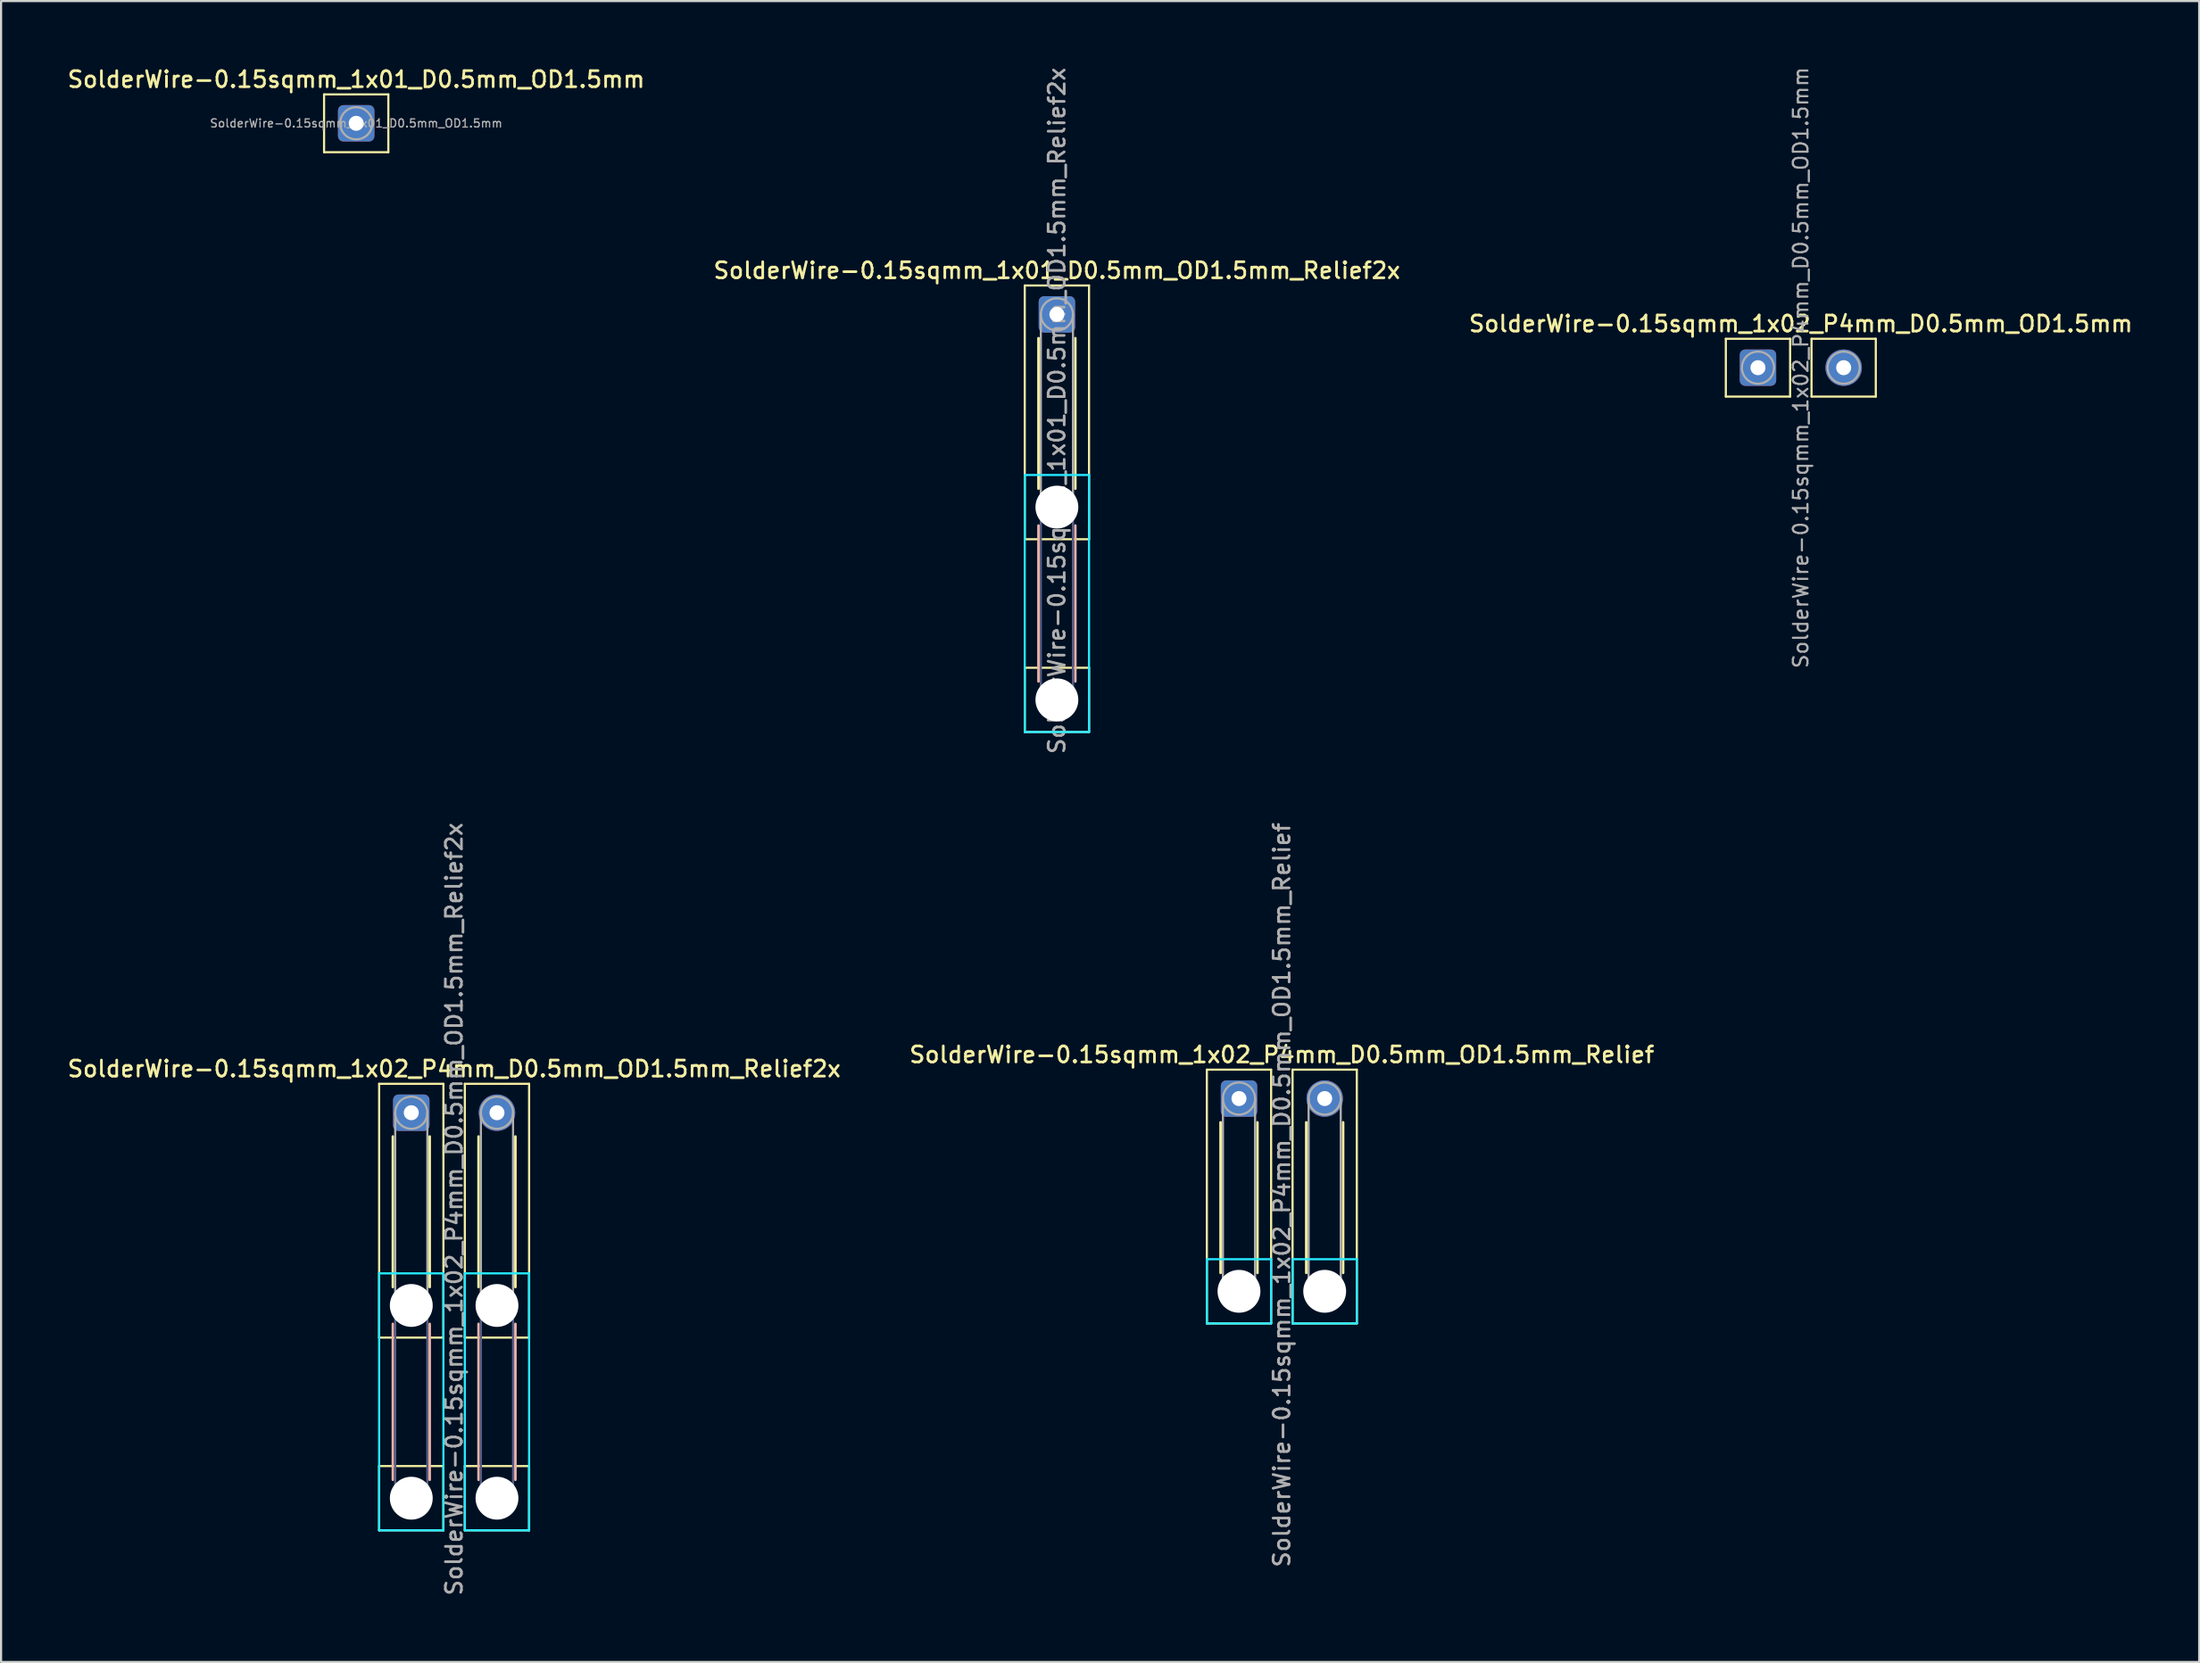
<source format=kicad_pcb>
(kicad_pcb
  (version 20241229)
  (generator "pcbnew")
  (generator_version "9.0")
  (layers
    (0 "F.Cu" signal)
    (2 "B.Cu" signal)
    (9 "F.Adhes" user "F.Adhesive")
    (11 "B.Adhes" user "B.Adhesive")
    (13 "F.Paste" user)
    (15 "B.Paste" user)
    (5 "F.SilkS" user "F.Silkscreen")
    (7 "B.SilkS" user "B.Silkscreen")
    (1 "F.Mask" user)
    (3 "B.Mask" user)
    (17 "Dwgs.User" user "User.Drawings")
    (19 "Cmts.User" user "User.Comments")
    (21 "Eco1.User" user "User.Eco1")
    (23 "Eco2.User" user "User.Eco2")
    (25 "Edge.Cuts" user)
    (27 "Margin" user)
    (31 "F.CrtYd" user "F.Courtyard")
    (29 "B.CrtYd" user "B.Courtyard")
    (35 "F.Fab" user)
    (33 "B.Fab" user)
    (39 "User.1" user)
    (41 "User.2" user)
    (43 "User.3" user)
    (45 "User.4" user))
  (footprint "SolderWire-0.15sqmm_1x01_D0.5mm_OD1.5mm"
    (layer "F.Cu")
    (at 13.577 2.708)
    (property "Reference" "SolderWire-0.15sqmm_1x01_D0.5mm_OD1.5mm" (at 0 -2.05 0) (layer "F.SilkS") (effects (font (size 0.75 0.75) (thickness 0.125))))
    (attr exclude_from_pos_files exclude_from_bom)
    (fp_line (start -1.5 -1.35) (end -1.5 1.35) (stroke (width 0.1) (type solid)) (layer "F.SilkS"))
    (fp_line (start -1.5 1.35) (end 1.5 1.35) (stroke (width 0.1) (type solid)) (layer "F.SilkS"))
    (fp_line (start 1.5 -1.35) (end -1.5 -1.35) (stroke (width 0.1) (type solid)) (layer "F.SilkS"))
    (fp_line (start 1.5 1.35) (end 1.5 -1.35) (stroke (width 0.1) (type solid)) (layer "F.SilkS"))
    (fp_circle (center 0 0) (end 0.75 0) (stroke (width 0.1) (type solid)) (fill no) (layer "F.Fab"))
    (fp_text user "${REFERENCE}" (at 0 0 0) (layer "F.Fab") (effects (font (size 0.38 0.38) (thickness 0.06))))
    (pad "1" thru_hole roundrect (at 0 0) (size 1.7 1.7) (drill 0.7) (layers "*.Cu" "*.Mask") (roundrect_rratio 0.147)))
  (footprint "SolderWire-0.15sqmm_1x02_P4mm_D0.5mm_OD1.5mm_Relief"
    (layer "F.Cu")
    (at 54.784 48.248)
    (property "Reference" "SolderWire-0.15sqmm_1x02_P4mm_D0.5mm_OD1.5mm_Relief" (at 2 -2.05 0) (layer "F.SilkS") (effects (font (size 0.75 0.75) (thickness 0.125))))
    (attr exclude_from_pos_files exclude_from_bom)
    (fp_line (start -1.5 -1.35) (end -1.5 10.5) (stroke (width 0.1) (type solid)) (layer "F.SilkS"))
    (fp_line (start -1.5 10.5) (end 1.5 10.5) (stroke (width 0.1) (type solid)) (layer "F.SilkS"))
    (fp_line (start -0.86 1.11) (end -0.86 8.14) (stroke (width 0.12) (type solid)) (layer "F.SilkS"))
    (fp_line (start 0.86 1.11) (end 0.86 8.14) (stroke (width 0.12) (type solid)) (layer "F.SilkS"))
    (fp_line (start 1.5 -1.35) (end -1.5 -1.35) (stroke (width 0.1) (type solid)) (layer "F.SilkS"))
    (fp_line (start 1.5 10.5) (end 1.5 -1.35) (stroke (width 0.1) (type solid)) (layer "F.SilkS"))
    (fp_line (start 2.5 -1.35) (end 2.5 10.5) (stroke (width 0.1) (type solid)) (layer "F.SilkS"))
    (fp_line (start 2.5 10.5) (end 5.5 10.5) (stroke (width 0.1) (type solid)) (layer "F.SilkS"))
    (fp_line (start 3.14 1.11) (end 3.14 8.14) (stroke (width 0.12) (type solid)) (layer "F.SilkS"))
    (fp_line (start 4.86 1.11) (end 4.86 8.14) (stroke (width 0.12) (type solid)) (layer "F.SilkS"))
    (fp_line (start 5.5 -1.35) (end 2.5 -1.35) (stroke (width 0.1) (type solid)) (layer "F.SilkS"))
    (fp_line (start 5.5 10.5) (end 5.5 -1.35) (stroke (width 0.1) (type solid)) (layer "F.SilkS"))
    (fp_line (start -1.5 7.5) (end -1.5 10.5) (stroke (width 0.1) (type solid)) (layer "B.CrtYd"))
    (fp_line (start -1.5 10.5) (end 1.5 10.5) (stroke (width 0.1) (type solid)) (layer "B.CrtYd"))
    (fp_line (start 1.5 7.5) (end -1.5 7.5) (stroke (width 0.1) (type solid)) (layer "B.CrtYd"))
    (fp_line (start 1.5 10.5) (end 1.5 7.5) (stroke (width 0.1) (type solid)) (layer "B.CrtYd"))
    (fp_line (start 2.5 7.5) (end 2.5 10.5) (stroke (width 0.1) (type solid)) (layer "B.CrtYd"))
    (fp_line (start 2.5 10.5) (end 5.5 10.5) (stroke (width 0.1) (type solid)) (layer "B.CrtYd"))
    (fp_line (start 5.5 7.5) (end 2.5 7.5) (stroke (width 0.1) (type solid)) (layer "B.CrtYd"))
    (fp_line (start 5.5 10.5) (end 5.5 7.5) (stroke (width 0.1) (type solid)) (layer "B.CrtYd"))
    (fp_line (start -0.75 0) (end -0.75 9) (stroke (width 0.1) (type solid)) (layer "F.Fab"))
    (fp_line (start 0.75 0) (end 0.75 9) (stroke (width 0.1) (type solid)) (layer "F.Fab"))
    (fp_line (start 3.25 0) (end 3.25 9) (stroke (width 0.1) (type solid)) (layer "F.Fab"))
    (fp_line (start 4.75 0) (end 4.75 9) (stroke (width 0.1) (type solid)) (layer "F.Fab"))
    (fp_circle (center 0 0) (end 0.75 0) (stroke (width 0.1) (type solid)) (fill no) (layer "F.Fab"))
    (fp_circle (center 0 9) (end 0.75 9) (stroke (width 0.1) (type solid)) (fill no) (layer "F.Fab"))
    (fp_circle (center 4 0) (end 4.75 0) (stroke (width 0.1) (type solid)) (fill no) (layer "F.Fab"))
    (fp_circle (center 4 9) (end 4.75 9) (stroke (width 0.1) (type solid)) (fill no) (layer "F.Fab"))
    (fp_text user "${REFERENCE}" (at 2 4.5 90) (layer "F.Fab") (effects (font (size 0.75 0.75) (thickness 0.125))))
    (pad "" np_thru_hole circle (at 0 9) (size 2 2) (drill 2) (layers "*.Cu" "*.Mask"))
    (pad "" np_thru_hole circle (at 4 9) (size 2 2) (drill 2) (layers "*.Cu" "*.Mask"))
    (pad "1" thru_hole roundrect (at 0 0) (size 1.7 1.7) (drill 0.7) (layers "*.Cu" "*.Mask") (roundrect_rratio 0.147))
    (pad "2" thru_hole circle (at 4 0) (size 1.7 1.7) (drill 0.7) (layers "*.Cu" "*.Mask")))
  (footprint "SolderWire-0.15sqmm_1x02_P4mm_D0.5mm_OD1.5mm_Relief2x"
    (layer "F.Cu")
    (at 16.148 48.909)
    (property "Reference" "SolderWire-0.15sqmm_1x02_P4mm_D0.5mm_OD1.5mm_Relief2x" (at 2 -2.05 0) (layer "F.SilkS") (effects (font (size 0.75 0.75) (thickness 0.125))))
    (attr exclude_from_pos_files exclude_from_bom)
    (fp_line (start -1.5 -1.35) (end -1.5 10.5) (stroke (width 0.1) (type solid)) (layer "F.SilkS"))
    (fp_line (start -1.5 10.5) (end 1.5 10.5) (stroke (width 0.1) (type solid)) (layer "F.SilkS"))
    (fp_line (start -1.5 16.5) (end -1.5 19.5) (stroke (width 0.1) (type solid)) (layer "F.SilkS"))
    (fp_line (start -1.5 19.5) (end 1.5 19.5) (stroke (width 0.1) (type solid)) (layer "F.SilkS"))
    (fp_line (start -0.86 1.11) (end -0.86 8.14) (stroke (width 0.12) (type solid)) (layer "F.SilkS"))
    (fp_line (start 0.86 1.11) (end 0.86 8.14) (stroke (width 0.12) (type solid)) (layer "F.SilkS"))
    (fp_line (start 1.5 -1.35) (end -1.5 -1.35) (stroke (width 0.1) (type solid)) (layer "F.SilkS"))
    (fp_line (start 1.5 10.5) (end 1.5 -1.35) (stroke (width 0.1) (type solid)) (layer "F.SilkS"))
    (fp_line (start 1.5 16.5) (end -1.5 16.5) (stroke (width 0.1) (type solid)) (layer "F.SilkS"))
    (fp_line (start 1.5 19.5) (end 1.5 16.5) (stroke (width 0.1) (type solid)) (layer "F.SilkS"))
    (fp_line (start 2.5 -1.35) (end 2.5 10.5) (stroke (width 0.1) (type solid)) (layer "F.SilkS"))
    (fp_line (start 2.5 10.5) (end 5.5 10.5) (stroke (width 0.1) (type solid)) (layer "F.SilkS"))
    (fp_line (start 2.5 16.5) (end 2.5 19.5) (stroke (width 0.1) (type solid)) (layer "F.SilkS"))
    (fp_line (start 2.5 19.5) (end 5.5 19.5) (stroke (width 0.1) (type solid)) (layer "F.SilkS"))
    (fp_line (start 3.14 1.11) (end 3.14 8.14) (stroke (width 0.12) (type solid)) (layer "F.SilkS"))
    (fp_line (start 4.86 1.11) (end 4.86 8.14) (stroke (width 0.12) (type solid)) (layer "F.SilkS"))
    (fp_line (start 5.5 -1.35) (end 2.5 -1.35) (stroke (width 0.1) (type solid)) (layer "F.SilkS"))
    (fp_line (start 5.5 10.5) (end 5.5 -1.35) (stroke (width 0.1) (type solid)) (layer "F.SilkS"))
    (fp_line (start 5.5 16.5) (end 2.5 16.5) (stroke (width 0.1) (type solid)) (layer "F.SilkS"))
    (fp_line (start 5.5 19.5) (end 5.5 16.5) (stroke (width 0.1) (type solid)) (layer "F.SilkS"))
    (fp_line (start -0.86 9.86) (end -0.86 17.14) (stroke (width 0.12) (type solid)) (layer "B.SilkS"))
    (fp_line (start 0.86 9.86) (end 0.86 17.14) (stroke (width 0.12) (type solid)) (layer "B.SilkS"))
    (fp_line (start 3.14 9.86) (end 3.14 17.14) (stroke (width 0.12) (type solid)) (layer "B.SilkS"))
    (fp_line (start 4.86 9.86) (end 4.86 17.14) (stroke (width 0.12) (type solid)) (layer "B.SilkS"))
    (fp_line (start -1.5 7.5) (end -1.5 19.5) (stroke (width 0.1) (type solid)) (layer "B.CrtYd"))
    (fp_line (start -1.5 19.5) (end 1.5 19.5) (stroke (width 0.1) (type solid)) (layer "B.CrtYd"))
    (fp_line (start 1.5 7.5) (end -1.5 7.5) (stroke (width 0.1) (type solid)) (layer "B.CrtYd"))
    (fp_line (start 1.5 19.5) (end 1.5 7.5) (stroke (width 0.1) (type solid)) (layer "B.CrtYd"))
    (fp_line (start 2.5 7.5) (end 2.5 19.5) (stroke (width 0.1) (type solid)) (layer "B.CrtYd"))
    (fp_line (start 2.5 19.5) (end 5.5 19.5) (stroke (width 0.1) (type solid)) (layer "B.CrtYd"))
    (fp_line (start 5.5 7.5) (end 2.5 7.5) (stroke (width 0.1) (type solid)) (layer "B.CrtYd"))
    (fp_line (start 5.5 19.5) (end 5.5 7.5) (stroke (width 0.1) (type solid)) (layer "B.CrtYd"))
    (fp_line (start -0.75 9) (end -0.75 18) (stroke (width 0.1) (type solid)) (layer "B.Fab"))
    (fp_line (start 0.75 9) (end 0.75 18) (stroke (width 0.1) (type solid)) (layer "B.Fab"))
    (fp_line (start 3.25 9) (end 3.25 18) (stroke (width 0.1) (type solid)) (layer "B.Fab"))
    (fp_line (start 4.75 9) (end 4.75 18) (stroke (width 0.1) (type solid)) (layer "B.Fab"))
    (fp_circle (center 0 9) (end 0.75 9) (stroke (width 0.1) (type solid)) (fill no) (layer "B.Fab"))
    (fp_circle (center 0 18) (end 0.75 18) (stroke (width 0.1) (type solid)) (fill no) (layer "B.Fab"))
    (fp_circle (center 4 9) (end 4.75 9) (stroke (width 0.1) (type solid)) (fill no) (layer "B.Fab"))
    (fp_circle (center 4 18) (end 4.75 18) (stroke (width 0.1) (type solid)) (fill no) (layer "B.Fab"))
    (fp_line (start -0.75 0) (end -0.75 9) (stroke (width 0.1) (type solid)) (layer "F.Fab"))
    (fp_line (start 0.75 0) (end 0.75 9) (stroke (width 0.1) (type solid)) (layer "F.Fab"))
    (fp_line (start 3.25 0) (end 3.25 9) (stroke (width 0.1) (type solid)) (layer "F.Fab"))
    (fp_line (start 4.75 0) (end 4.75 9) (stroke (width 0.1) (type solid)) (layer "F.Fab"))
    (fp_circle (center 0 0) (end 0.75 0) (stroke (width 0.1) (type solid)) (fill no) (layer "F.Fab"))
    (fp_circle (center 0 9) (end 0.75 9) (stroke (width 0.1) (type solid)) (fill no) (layer "F.Fab"))
    (fp_circle (center 0 18) (end 0.75 18) (stroke (width 0.1) (type solid)) (fill no) (layer "F.Fab"))
    (fp_circle (center 4 0) (end 4.75 0) (stroke (width 0.1) (type solid)) (fill no) (layer "F.Fab"))
    (fp_circle (center 4 9) (end 4.75 9) (stroke (width 0.1) (type solid)) (fill no) (layer "F.Fab"))
    (fp_circle (center 4 18) (end 4.75 18) (stroke (width 0.1) (type solid)) (fill no) (layer "F.Fab"))
    (fp_text user "${REFERENCE}" (at 2 4.5 90) (layer "F.Fab") (effects (font (size 0.75 0.75) (thickness 0.125))))
    (pad "" np_thru_hole circle (at 0 9) (size 2 2) (drill 2) (layers "*.Cu" "*.Mask"))
    (pad "" np_thru_hole circle (at 0 18) (size 2 2) (drill 2) (layers "*.Cu" "*.Mask"))
    (pad "" np_thru_hole circle (at 4 9) (size 2 2) (drill 2) (layers "*.Cu" "*.Mask"))
    (pad "" np_thru_hole circle (at 4 18) (size 2 2) (drill 2) (layers "*.Cu" "*.Mask"))
    (pad "1" thru_hole roundrect (at 0 0) (size 1.7 1.7) (drill 0.7) (layers "*.Cu" "*.Mask") (roundrect_rratio 0.147))
    (pad "2" thru_hole circle (at 4 0) (size 1.7 1.7) (drill 0.7) (layers "*.Cu" "*.Mask")))
  (footprint "SolderWire-0.15sqmm_1x01_D0.5mm_OD1.5mm_Relief2x"
    (layer "F.Cu")
    (at 46.284 11.63)
    (property "Reference" "SolderWire-0.15sqmm_1x01_D0.5mm_OD1.5mm_Relief2x" (at 0 -2.05 0) (layer "F.SilkS") (effects (font (size 0.75 0.75) (thickness 0.125))))
    (attr exclude_from_pos_files exclude_from_bom)
    (fp_line (start -1.5 -1.35) (end -1.5 10.5) (stroke (width 0.1) (type solid)) (layer "F.SilkS"))
    (fp_line (start -1.5 10.5) (end 1.5 10.5) (stroke (width 0.1) (type solid)) (layer "F.SilkS"))
    (fp_line (start -1.5 16.5) (end -1.5 19.5) (stroke (width 0.1) (type solid)) (layer "F.SilkS"))
    (fp_line (start -1.5 19.5) (end 1.5 19.5) (stroke (width 0.1) (type solid)) (layer "F.SilkS"))
    (fp_line (start -0.86 1.11) (end -0.86 8.14) (stroke (width 0.12) (type solid)) (layer "F.SilkS"))
    (fp_line (start 0.86 1.11) (end 0.86 8.14) (stroke (width 0.12) (type solid)) (layer "F.SilkS"))
    (fp_line (start 1.5 -1.35) (end -1.5 -1.35) (stroke (width 0.1) (type solid)) (layer "F.SilkS"))
    (fp_line (start 1.5 10.5) (end 1.5 -1.35) (stroke (width 0.1) (type solid)) (layer "F.SilkS"))
    (fp_line (start 1.5 16.5) (end -1.5 16.5) (stroke (width 0.1) (type solid)) (layer "F.SilkS"))
    (fp_line (start 1.5 19.5) (end 1.5 16.5) (stroke (width 0.1) (type solid)) (layer "F.SilkS"))
    (fp_line (start -0.86 9.86) (end -0.86 17.14) (stroke (width 0.12) (type solid)) (layer "B.SilkS"))
    (fp_line (start 0.86 9.86) (end 0.86 17.14) (stroke (width 0.12) (type solid)) (layer "B.SilkS"))
    (fp_line (start -1.5 7.5) (end -1.5 19.5) (stroke (width 0.1) (type solid)) (layer "B.CrtYd"))
    (fp_line (start -1.5 19.5) (end 1.5 19.5) (stroke (width 0.1) (type solid)) (layer "B.CrtYd"))
    (fp_line (start 1.5 7.5) (end -1.5 7.5) (stroke (width 0.1) (type solid)) (layer "B.CrtYd"))
    (fp_line (start 1.5 19.5) (end 1.5 7.5) (stroke (width 0.1) (type solid)) (layer "B.CrtYd"))
    (fp_line (start -0.75 9) (end -0.75 18) (stroke (width 0.1) (type solid)) (layer "B.Fab"))
    (fp_line (start 0.75 9) (end 0.75 18) (stroke (width 0.1) (type solid)) (layer "B.Fab"))
    (fp_circle (center 0 9) (end 0.75 9) (stroke (width 0.1) (type solid)) (fill no) (layer "B.Fab"))
    (fp_circle (center 0 18) (end 0.75 18) (stroke (width 0.1) (type solid)) (fill no) (layer "B.Fab"))
    (fp_line (start -0.75 0) (end -0.75 9) (stroke (width 0.1) (type solid)) (layer "F.Fab"))
    (fp_line (start 0.75 0) (end 0.75 9) (stroke (width 0.1) (type solid)) (layer "F.Fab"))
    (fp_circle (center 0 0) (end 0.75 0) (stroke (width 0.1) (type solid)) (fill no) (layer "F.Fab"))
    (fp_circle (center 0 9) (end 0.75 9) (stroke (width 0.1) (type solid)) (fill no) (layer "F.Fab"))
    (fp_circle (center 0 18) (end 0.75 18) (stroke (width 0.1) (type solid)) (fill no) (layer "F.Fab"))
    (fp_text user "${REFERENCE}" (at 0 4.5 90) (layer "F.Fab") (effects (font (size 0.75 0.75) (thickness 0.125))))
    (pad "" np_thru_hole circle (at 0 9) (size 2 2) (drill 2) (layers "*.Cu" "*.Mask"))
    (pad "" np_thru_hole circle (at 0 18) (size 2 2) (drill 2) (layers "*.Cu" "*.Mask"))
    (pad "1" thru_hole roundrect (at 0 0) (size 1.7 1.7) (drill 0.7) (layers "*.Cu" "*.Mask") (roundrect_rratio 0.147)))
  (footprint "SolderWire-0.15sqmm_1x02_P4mm_D0.5mm_OD1.5mm"
    (layer "F.Cu")
    (at 79.009 14.119)
    (property "Reference" "SolderWire-0.15sqmm_1x02_P4mm_D0.5mm_OD1.5mm" (at 2 -2.05 0) (layer "F.SilkS") (effects (font (size 0.75 0.75) (thickness 0.125))))
    (attr exclude_from_pos_files exclude_from_bom)
    (fp_line (start -1.5 -1.35) (end -1.5 1.35) (stroke (width 0.1) (type solid)) (layer "F.SilkS"))
    (fp_line (start -1.5 1.35) (end 1.5 1.35) (stroke (width 0.1) (type solid)) (layer "F.SilkS"))
    (fp_line (start 1.5 -1.35) (end -1.5 -1.35) (stroke (width 0.1) (type solid)) (layer "F.SilkS"))
    (fp_line (start 1.5 1.35) (end 1.5 -1.35) (stroke (width 0.1) (type solid)) (layer "F.SilkS"))
    (fp_line (start 2.5 -1.35) (end 2.5 1.35) (stroke (width 0.1) (type solid)) (layer "F.SilkS"))
    (fp_line (start 2.5 1.35) (end 5.5 1.35) (stroke (width 0.1) (type solid)) (layer "F.SilkS"))
    (fp_line (start 5.5 -1.35) (end 2.5 -1.35) (stroke (width 0.1) (type solid)) (layer "F.SilkS"))
    (fp_line (start 5.5 1.35) (end 5.5 -1.35) (stroke (width 0.1) (type solid)) (layer "F.SilkS"))
    (fp_circle (center 0 0) (end 0.75 0) (stroke (width 0.1) (type solid)) (fill no) (layer "F.Fab"))
    (fp_circle (center 4 0) (end 4.75 0) (stroke (width 0.1) (type solid)) (fill no) (layer "F.Fab"))
    (fp_text user "${REFERENCE}" (at 2 0 90) (layer "F.Fab") (effects (font (size 0.68 0.68) (thickness 0.1))))
    (pad "1" thru_hole roundrect (at 0 0) (size 1.7 1.7) (drill 0.7) (layers "*.Cu" "*.Mask") (roundrect_rratio 0.147))
    (pad "2" thru_hole circle (at 4 0) (size 1.7 1.7) (drill 0.7) (layers "*.Cu" "*.Mask")))
  (gr_rect
    (start -3 -3)
    (end 99.604 74.557)
    (stroke (width 0.1) (type default))
    (fill no)
    (layer "Edge.Cuts")))
</source>
